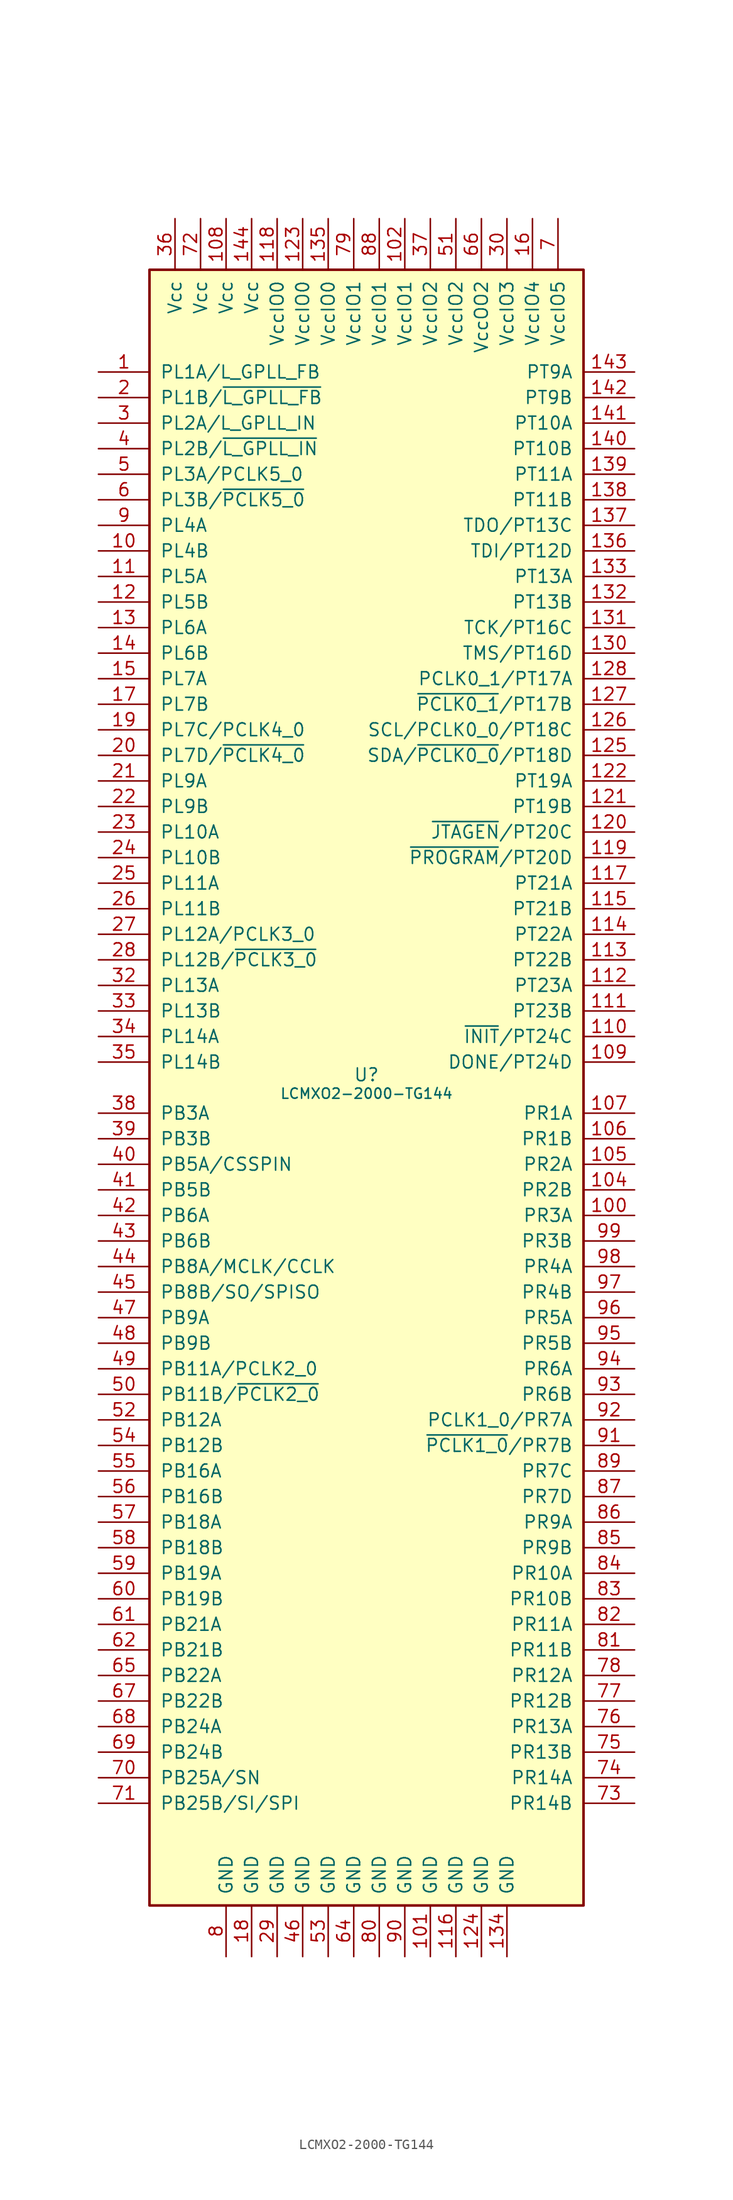
<source format=kicad_sym>
(kicad_symbol_lib
  (version 20220914)
  (generator kicad_symbol_editor)
  (symbol "LCMXO2-2000-TG144"
    (pin_names
      (offset 1.016))
    (property "Reference" "U"
      (at 0 1.27 0)
      (effects (font (size 1.27 1.27))))
    (property "Value" "LCMXO2-2000-TG144"
      (at 0 0 0)
      (effects (font (size 1.016 1.016)) (justify top)))
    (symbol "LCMXO2-2000-TG144_1_1"
      (rectangle (start -21.59 81.28) (end 21.59 -81.28) (stroke (width 0.254) (type default)) (fill (type background)))
      (pin bidirectional line (at -26.67 71.12 0) (length 5.08) (name "PL1A/L_GPLL_FB" (effects (font (size 1.27 1.27)))) (number "1" (effects (font (size 1.27 1.27)))))
      (pin bidirectional line (at -26.67 53.34 0) (length 5.08) (name "PL4B" (effects (font (size 1.27 1.27)))) (number "10" (effects (font (size 1.27 1.27)))))
      (pin bidirectional line (at 26.67 -12.7 180) (length 5.08) (name "PR3A" (effects (font (size 1.27 1.27)))) (number "100" (effects (font (size 1.27 1.27)))))
      (pin power_in line (at 6.35 -86.36 90) (length 5.08) (name "GND" (effects (font (size 1.27 1.27)))) (number "101" (effects (font (size 1.27 1.27)))))
      (pin bidirectional line (at 3.81 86.36 270) (length 5.08) (name "VccIO1" (effects (font (size 1.27 1.27)))) (number "102" (effects (font (size 1.27 1.27)))))
      (pin bidirectional line (at 26.67 -10.16 180) (length 5.08) (name "PR2B" (effects (font (size 1.27 1.27)))) (number "104" (effects (font (size 1.27 1.27)))))
      (pin bidirectional line (at 26.67 -7.62 180) (length 5.08) (name "PR2A" (effects (font (size 1.27 1.27)))) (number "105" (effects (font (size 1.27 1.27)))))
      (pin bidirectional line (at 26.67 -5.08 180) (length 5.08) (name "PR1B" (effects (font (size 1.27 1.27)))) (number "106" (effects (font (size 1.27 1.27)))))
      (pin bidirectional line (at 26.67 -2.54 180) (length 5.08) (name "PR1A" (effects (font (size 1.27 1.27)))) (number "107" (effects (font (size 1.27 1.27)))))
      (pin bidirectional line (at -13.97 86.36 270) (length 5.08) (name "Vcc" (effects (font (size 1.27 1.27)))) (number "108" (effects (font (size 1.27 1.27)))))
      (pin bidirectional line (at 26.67 2.54 180) (length 5.08) (name "DONE/PT24D" (effects (font (size 1.27 1.27)))) (number "109" (effects (font (size 1.27 1.27)))))
      (pin bidirectional line (at -26.67 50.8 0) (length 5.08) (name "PL5A" (effects (font (size 1.27 1.27)))) (number "11" (effects (font (size 1.27 1.27)))))
      (pin bidirectional line (at 26.67 5.08 180) (length 5.08) (name "~{INIT}/PT24C" (effects (font (size 1.27 1.27)))) (number "110" (effects (font (size 1.27 1.27)))))
      (pin bidirectional line (at 26.67 7.62 180) (length 5.08) (name "PT23B" (effects (font (size 1.27 1.27)))) (number "111" (effects (font (size 1.27 1.27)))))
      (pin bidirectional line (at 26.67 10.16 180) (length 5.08) (name "PT23A" (effects (font (size 1.27 1.27)))) (number "112" (effects (font (size 1.27 1.27)))))
      (pin bidirectional line (at 26.67 12.7 180) (length 5.08) (name "PT22B" (effects (font (size 1.27 1.27)))) (number "113" (effects (font (size 1.27 1.27)))))
      (pin bidirectional line (at 26.67 15.24 180) (length 5.08) (name "PT22A" (effects (font (size 1.27 1.27)))) (number "114" (effects (font (size 1.27 1.27)))))
      (pin bidirectional line (at 26.67 17.78 180) (length 5.08) (name "PT21B" (effects (font (size 1.27 1.27)))) (number "115" (effects (font (size 1.27 1.27)))))
      (pin power_in line (at 8.89 -86.36 90) (length 5.08) (name "GND" (effects (font (size 1.27 1.27)))) (number "116" (effects (font (size 1.27 1.27)))))
      (pin bidirectional line (at 26.67 20.32 180) (length 5.08) (name "PT21A" (effects (font (size 1.27 1.27)))) (number "117" (effects (font (size 1.27 1.27)))))
      (pin bidirectional line (at -8.89 86.36 270) (length 5.08) (name "VccIO0" (effects (font (size 1.27 1.27)))) (number "118" (effects (font (size 1.27 1.27)))))
      (pin bidirectional line (at 26.67 22.86 180) (length 5.08) (name "~{PROGRAM}/PT20D" (effects (font (size 1.27 1.27)))) (number "119" (effects (font (size 1.27 1.27)))))
      (pin bidirectional line (at -26.67 48.26 0) (length 5.08) (name "PL5B" (effects (font (size 1.27 1.27)))) (number "12" (effects (font (size 1.27 1.27)))))
      (pin bidirectional line (at 26.67 25.4 180) (length 5.08) (name "~{JTAGEN}/PT20C" (effects (font (size 1.27 1.27)))) (number "120" (effects (font (size 1.27 1.27)))))
      (pin bidirectional line (at 26.67 27.94 180) (length 5.08) (name "PT19B" (effects (font (size 1.27 1.27)))) (number "121" (effects (font (size 1.27 1.27)))))
      (pin bidirectional line (at 26.67 30.48 180) (length 5.08) (name "PT19A" (effects (font (size 1.27 1.27)))) (number "122" (effects (font (size 1.27 1.27)))))
      (pin bidirectional line (at -6.35 86.36 270) (length 5.08) (name "VccIO0" (effects (font (size 1.27 1.27)))) (number "123" (effects (font (size 1.27 1.27)))))
      (pin power_in line (at 11.43 -86.36 90) (length 5.08) (name "GND" (effects (font (size 1.27 1.27)))) (number "124" (effects (font (size 1.27 1.27)))))
      (pin bidirectional line (at 26.67 33.02 180) (length 5.08) (name "SDA/~{PCLK0_0}/PT18D" (effects (font (size 1.27 1.27)))) (number "125" (effects (font (size 1.27 1.27)))))
      (pin bidirectional line (at 26.67 35.56 180) (length 5.08) (name "SCL/PCLK0_0/PT18C" (effects (font (size 1.27 1.27)))) (number "126" (effects (font (size 1.27 1.27)))))
      (pin bidirectional line (at 26.67 38.1 180) (length 5.08) (name "~{PCLK0_1}/PT17B" (effects (font (size 1.27 1.27)))) (number "127" (effects (font (size 1.27 1.27)))))
      (pin bidirectional line (at 26.67 40.64 180) (length 5.08) (name "PCLK0_1/PT17A" (effects (font (size 1.27 1.27)))) (number "128" (effects (font (size 1.27 1.27)))))
      (pin bidirectional line (at -26.67 45.72 0) (length 5.08) (name "PL6A" (effects (font (size 1.27 1.27)))) (number "13" (effects (font (size 1.27 1.27)))))
      (pin bidirectional line (at 26.67 43.18 180) (length 5.08) (name "TMS/PT16D" (effects (font (size 1.27 1.27)))) (number "130" (effects (font (size 1.27 1.27)))))
      (pin bidirectional line (at 26.67 45.72 180) (length 5.08) (name "TCK/PT16C" (effects (font (size 1.27 1.27)))) (number "131" (effects (font (size 1.27 1.27)))))
      (pin bidirectional line (at 26.67 48.26 180) (length 5.08) (name "PT13B" (effects (font (size 1.27 1.27)))) (number "132" (effects (font (size 1.27 1.27)))))
      (pin bidirectional line (at 26.67 50.8 180) (length 5.08) (name "PT13A" (effects (font (size 1.27 1.27)))) (number "133" (effects (font (size 1.27 1.27)))))
      (pin power_in line (at 13.97 -86.36 90) (length 5.08) (name "GND" (effects (font (size 1.27 1.27)))) (number "134" (effects (font (size 1.27 1.27)))))
      (pin bidirectional line (at -3.81 86.36 270) (length 5.08) (name "VccIO0" (effects (font (size 1.27 1.27)))) (number "135" (effects (font (size 1.27 1.27)))))
      (pin bidirectional line (at 26.67 53.34 180) (length 5.08) (name "TDI/PT12D" (effects (font (size 1.27 1.27)))) (number "136" (effects (font (size 1.27 1.27)))))
      (pin bidirectional line (at 26.67 55.88 180) (length 5.08) (name "TDO/PT13C" (effects (font (size 1.27 1.27)))) (number "137" (effects (font (size 1.27 1.27)))))
      (pin bidirectional line (at 26.67 58.42 180) (length 5.08) (name "PT11B" (effects (font (size 1.27 1.27)))) (number "138" (effects (font (size 1.27 1.27)))))
      (pin bidirectional line (at 26.67 60.96 180) (length 5.08) (name "PT11A" (effects (font (size 1.27 1.27)))) (number "139" (effects (font (size 1.27 1.27)))))
      (pin bidirectional line (at -26.67 43.18 0) (length 5.08) (name "PL6B" (effects (font (size 1.27 1.27)))) (number "14" (effects (font (size 1.27 1.27)))))
      (pin bidirectional line (at 26.67 63.5 180) (length 5.08) (name "PT10B" (effects (font (size 1.27 1.27)))) (number "140" (effects (font (size 1.27 1.27)))))
      (pin bidirectional line (at 26.67 66.04 180) (length 5.08) (name "PT10A" (effects (font (size 1.27 1.27)))) (number "141" (effects (font (size 1.27 1.27)))))
      (pin bidirectional line (at 26.67 68.58 180) (length 5.08) (name "PT9B" (effects (font (size 1.27 1.27)))) (number "142" (effects (font (size 1.27 1.27)))))
      (pin bidirectional line (at 26.67 71.12 180) (length 5.08) (name "PT9A" (effects (font (size 1.27 1.27)))) (number "143" (effects (font (size 1.27 1.27)))))
      (pin bidirectional line (at -11.43 86.36 270) (length 5.08) (name "Vcc" (effects (font (size 1.27 1.27)))) (number "144" (effects (font (size 1.27 1.27)))))
      (pin bidirectional line (at -26.67 40.64 0) (length 5.08) (name "PL7A" (effects (font (size 1.27 1.27)))) (number "15" (effects (font (size 1.27 1.27)))))
      (pin bidirectional line (at 16.51 86.36 270) (length 5.08) (name "VccIO4" (effects (font (size 1.27 1.27)))) (number "16" (effects (font (size 1.27 1.27)))))
      (pin bidirectional line (at -26.67 38.1 0) (length 5.08) (name "PL7B" (effects (font (size 1.27 1.27)))) (number "17" (effects (font (size 1.27 1.27)))))
      (pin power_in line (at -11.43 -86.36 90) (length 5.08) (name "GND" (effects (font (size 1.27 1.27)))) (number "18" (effects (font (size 1.27 1.27)))))
      (pin bidirectional line (at -26.67 35.56 0) (length 5.08) (name "PL7C/PCLK4_0" (effects (font (size 1.27 1.27)))) (number "19" (effects (font (size 1.27 1.27)))))
      (pin bidirectional line (at -26.67 68.58 0) (length 5.08) (name "PL1B/~{L_GPLL_FB}" (effects (font (size 1.27 1.27)))) (number "2" (effects (font (size 1.27 1.27)))))
      (pin bidirectional line (at -26.67 33.02 0) (length 5.08) (name "PL7D/~{PCLK4_0}" (effects (font (size 1.27 1.27)))) (number "20" (effects (font (size 1.27 1.27)))))
      (pin bidirectional line (at -26.67 30.48 0) (length 5.08) (name "PL9A" (effects (font (size 1.27 1.27)))) (number "21" (effects (font (size 1.27 1.27)))))
      (pin bidirectional line (at -26.67 27.94 0) (length 5.08) (name "PL9B" (effects (font (size 1.27 1.27)))) (number "22" (effects (font (size 1.27 1.27)))))
      (pin bidirectional line (at -26.67 25.4 0) (length 5.08) (name "PL10A" (effects (font (size 1.27 1.27)))) (number "23" (effects (font (size 1.27 1.27)))))
      (pin bidirectional line (at -26.67 22.86 0) (length 5.08) (name "PL10B" (effects (font (size 1.27 1.27)))) (number "24" (effects (font (size 1.27 1.27)))))
      (pin bidirectional line (at -26.67 20.32 0) (length 5.08) (name "PL11A" (effects (font (size 1.27 1.27)))) (number "25" (effects (font (size 1.27 1.27)))))
      (pin bidirectional line (at -26.67 17.78 0) (length 5.08) (name "PL11B" (effects (font (size 1.27 1.27)))) (number "26" (effects (font (size 1.27 1.27)))))
      (pin bidirectional line (at -26.67 15.24 0) (length 5.08) (name "PL12A/PCLK3_0" (effects (font (size 1.27 1.27)))) (number "27" (effects (font (size 1.27 1.27)))))
      (pin bidirectional line (at -26.67 12.7 0) (length 5.08) (name "PL12B/~{PCLK3_0}" (effects (font (size 1.27 1.27)))) (number "28" (effects (font (size 1.27 1.27)))))
      (pin power_in line (at -8.89 -86.36 90) (length 5.08) (name "GND" (effects (font (size 1.27 1.27)))) (number "29" (effects (font (size 1.27 1.27)))))
      (pin bidirectional line (at -26.67 66.04 0) (length 5.08) (name "PL2A/L_GPLL_IN" (effects (font (size 1.27 1.27)))) (number "3" (effects (font (size 1.27 1.27)))))
      (pin bidirectional line (at 13.97 86.36 270) (length 5.08) (name "VccIO3" (effects (font (size 1.27 1.27)))) (number "30" (effects (font (size 1.27 1.27)))))
      (pin bidirectional line (at -26.67 10.16 0) (length 5.08) (name "PL13A" (effects (font (size 1.27 1.27)))) (number "32" (effects (font (size 1.27 1.27)))))
      (pin bidirectional line (at -26.67 7.62 0) (length 5.08) (name "PL13B" (effects (font (size 1.27 1.27)))) (number "33" (effects (font (size 1.27 1.27)))))
      (pin bidirectional line (at -26.67 5.08 0) (length 5.08) (name "PL14A" (effects (font (size 1.27 1.27)))) (number "34" (effects (font (size 1.27 1.27)))))
      (pin bidirectional line (at -26.67 2.54 0) (length 5.08) (name "PL14B" (effects (font (size 1.27 1.27)))) (number "35" (effects (font (size 1.27 1.27)))))
      (pin bidirectional line (at -19.05 86.36 270) (length 5.08) (name "Vcc" (effects (font (size 1.27 1.27)))) (number "36" (effects (font (size 1.27 1.27)))))
      (pin bidirectional line (at 6.35 86.36 270) (length 5.08) (name "VccIO2" (effects (font (size 1.27 1.27)))) (number "37" (effects (font (size 1.27 1.27)))))
      (pin bidirectional line (at -26.67 -2.54 0) (length 5.08) (name "PB3A" (effects (font (size 1.27 1.27)))) (number "38" (effects (font (size 1.27 1.27)))))
      (pin bidirectional line (at -26.67 -5.08 0) (length 5.08) (name "PB3B" (effects (font (size 1.27 1.27)))) (number "39" (effects (font (size 1.27 1.27)))))
      (pin bidirectional line (at -26.67 63.5 0) (length 5.08) (name "PL2B/~{L_GPLL_IN}" (effects (font (size 1.27 1.27)))) (number "4" (effects (font (size 1.27 1.27)))))
      (pin bidirectional line (at -26.67 -7.62 0) (length 5.08) (name "PB5A/CSSPIN" (effects (font (size 1.27 1.27)))) (number "40" (effects (font (size 1.27 1.27)))))
      (pin bidirectional line (at -26.67 -10.16 0) (length 5.08) (name "PB5B" (effects (font (size 1.27 1.27)))) (number "41" (effects (font (size 1.27 1.27)))))
      (pin bidirectional line (at -26.67 -12.7 0) (length 5.08) (name "PB6A" (effects (font (size 1.27 1.27)))) (number "42" (effects (font (size 1.27 1.27)))))
      (pin bidirectional line (at -26.67 -15.24 0) (length 5.08) (name "PB6B" (effects (font (size 1.27 1.27)))) (number "43" (effects (font (size 1.27 1.27)))))
      (pin bidirectional line (at -26.67 -17.78 0) (length 5.08) (name "PB8A/MCLK/CCLK" (effects (font (size 1.27 1.27)))) (number "44" (effects (font (size 1.27 1.27)))))
      (pin bidirectional line (at -26.67 -20.32 0) (length 5.08) (name "PB8B/SO/SPISO" (effects (font (size 1.27 1.27)))) (number "45" (effects (font (size 1.27 1.27)))))
      (pin power_in line (at -6.35 -86.36 90) (length 5.08) (name "GND" (effects (font (size 1.27 1.27)))) (number "46" (effects (font (size 1.27 1.27)))))
      (pin bidirectional line (at -26.67 -22.86 0) (length 5.08) (name "PB9A" (effects (font (size 1.27 1.27)))) (number "47" (effects (font (size 1.27 1.27)))))
      (pin bidirectional line (at -26.67 -25.4 0) (length 5.08) (name "PB9B" (effects (font (size 1.27 1.27)))) (number "48" (effects (font (size 1.27 1.27)))))
      (pin bidirectional line (at -26.67 -27.94 0) (length 5.08) (name "PB11A/PCLK2_0" (effects (font (size 1.27 1.27)))) (number "49" (effects (font (size 1.27 1.27)))))
      (pin bidirectional line (at -26.67 60.96 0) (length 5.08) (name "PL3A/PCLK5_0" (effects (font (size 1.27 1.27)))) (number "5" (effects (font (size 1.27 1.27)))))
      (pin bidirectional line (at -26.67 -30.48 0) (length 5.08) (name "PB11B/~{PCLK2_0}" (effects (font (size 1.27 1.27)))) (number "50" (effects (font (size 1.27 1.27)))))
      (pin bidirectional line (at 8.89 86.36 270) (length 5.08) (name "VccIO2" (effects (font (size 1.27 1.27)))) (number "51" (effects (font (size 1.27 1.27)))))
      (pin bidirectional line (at -26.67 -33.02 0) (length 5.08) (name "PB12A" (effects (font (size 1.27 1.27)))) (number "52" (effects (font (size 1.27 1.27)))))
      (pin power_in line (at -3.81 -86.36 90) (length 5.08) (name "GND" (effects (font (size 1.27 1.27)))) (number "53" (effects (font (size 1.27 1.27)))))
      (pin bidirectional line (at -26.67 -35.56 0) (length 5.08) (name "PB12B" (effects (font (size 1.27 1.27)))) (number "54" (effects (font (size 1.27 1.27)))))
      (pin bidirectional line (at -26.67 -38.1 0) (length 5.08) (name "PB16A" (effects (font (size 1.27 1.27)))) (number "55" (effects (font (size 1.27 1.27)))))
      (pin bidirectional line (at -26.67 -40.64 0) (length 5.08) (name "PB16B" (effects (font (size 1.27 1.27)))) (number "56" (effects (font (size 1.27 1.27)))))
      (pin bidirectional line (at -26.67 -43.18 0) (length 5.08) (name "PB18A" (effects (font (size 1.27 1.27)))) (number "57" (effects (font (size 1.27 1.27)))))
      (pin bidirectional line (at -26.67 -45.72 0) (length 5.08) (name "PB18B" (effects (font (size 1.27 1.27)))) (number "58" (effects (font (size 1.27 1.27)))))
      (pin bidirectional line (at -26.67 -48.26 0) (length 5.08) (name "PB19A" (effects (font (size 1.27 1.27)))) (number "59" (effects (font (size 1.27 1.27)))))
      (pin bidirectional line (at -26.67 58.42 0) (length 5.08) (name "PL3B/~{PCLK5_0}" (effects (font (size 1.27 1.27)))) (number "6" (effects (font (size 1.27 1.27)))))
      (pin bidirectional line (at -26.67 -50.8 0) (length 5.08) (name "PB19B" (effects (font (size 1.27 1.27)))) (number "60" (effects (font (size 1.27 1.27)))))
      (pin bidirectional line (at -26.67 -53.34 0) (length 5.08) (name "PB21A" (effects (font (size 1.27 1.27)))) (number "61" (effects (font (size 1.27 1.27)))))
      (pin bidirectional line (at -26.67 -55.88 0) (length 5.08) (name "PB21B" (effects (font (size 1.27 1.27)))) (number "62" (effects (font (size 1.27 1.27)))))
      (pin power_in line (at -1.27 -86.36 90) (length 5.08) (name "GND" (effects (font (size 1.27 1.27)))) (number "64" (effects (font (size 1.27 1.27)))))
      (pin bidirectional line (at -26.67 -58.42 0) (length 5.08) (name "PB22A" (effects (font (size 1.27 1.27)))) (number "65" (effects (font (size 1.27 1.27)))))
      (pin bidirectional line (at 11.43 86.36 270) (length 5.08) (name "VccOO2" (effects (font (size 1.27 1.27)))) (number "66" (effects (font (size 1.27 1.27)))))
      (pin bidirectional line (at -26.67 -60.96 0) (length 5.08) (name "PB22B" (effects (font (size 1.27 1.27)))) (number "67" (effects (font (size 1.27 1.27)))))
      (pin bidirectional line (at -26.67 -63.5 0) (length 5.08) (name "PB24A" (effects (font (size 1.27 1.27)))) (number "68" (effects (font (size 1.27 1.27)))))
      (pin bidirectional line (at -26.67 -66.04 0) (length 5.08) (name "PB24B" (effects (font (size 1.27 1.27)))) (number "69" (effects (font (size 1.27 1.27)))))
      (pin bidirectional line (at 19.05 86.36 270) (length 5.08) (name "VccIO5" (effects (font (size 1.27 1.27)))) (number "7" (effects (font (size 1.27 1.27)))))
      (pin bidirectional line (at -26.67 -68.58 0) (length 5.08) (name "PB25A/SN" (effects (font (size 1.27 1.27)))) (number "70" (effects (font (size 1.27 1.27)))))
      (pin bidirectional line (at -26.67 -71.12 0) (length 5.08) (name "PB25B/SI/SPI" (effects (font (size 1.27 1.27)))) (number "71" (effects (font (size 1.27 1.27)))))
      (pin bidirectional line (at -16.51 86.36 270) (length 5.08) (name "Vcc" (effects (font (size 1.27 1.27)))) (number "72" (effects (font (size 1.27 1.27)))))
      (pin bidirectional line (at 26.67 -71.12 180) (length 5.08) (name "PR14B" (effects (font (size 1.27 1.27)))) (number "73" (effects (font (size 1.27 1.27)))))
      (pin bidirectional line (at 26.67 -68.58 180) (length 5.08) (name "PR14A" (effects (font (size 1.27 1.27)))) (number "74" (effects (font (size 1.27 1.27)))))
      (pin bidirectional line (at 26.67 -66.04 180) (length 5.08) (name "PR13B" (effects (font (size 1.27 1.27)))) (number "75" (effects (font (size 1.27 1.27)))))
      (pin bidirectional line (at 26.67 -63.5 180) (length 5.08) (name "PR13A" (effects (font (size 1.27 1.27)))) (number "76" (effects (font (size 1.27 1.27)))))
      (pin bidirectional line (at 26.67 -60.96 180) (length 5.08) (name "PR12B" (effects (font (size 1.27 1.27)))) (number "77" (effects (font (size 1.27 1.27)))))
      (pin bidirectional line (at 26.67 -58.42 180) (length 5.08) (name "PR12A" (effects (font (size 1.27 1.27)))) (number "78" (effects (font (size 1.27 1.27)))))
      (pin bidirectional line (at -1.27 86.36 270) (length 5.08) (name "VccIO1" (effects (font (size 1.27 1.27)))) (number "79" (effects (font (size 1.27 1.27)))))
      (pin power_in line (at -13.97 -86.36 90) (length 5.08) (name "GND" (effects (font (size 1.27 1.27)))) (number "8" (effects (font (size 1.27 1.27)))))
      (pin power_in line (at 1.27 -86.36 90) (length 5.08) (name "GND" (effects (font (size 1.27 1.27)))) (number "80" (effects (font (size 1.27 1.27)))))
      (pin bidirectional line (at 26.67 -55.88 180) (length 5.08) (name "PR11B" (effects (font (size 1.27 1.27)))) (number "81" (effects (font (size 1.27 1.27)))))
      (pin bidirectional line (at 26.67 -53.34 180) (length 5.08) (name "PR11A" (effects (font (size 1.27 1.27)))) (number "82" (effects (font (size 1.27 1.27)))))
      (pin bidirectional line (at 26.67 -50.8 180) (length 5.08) (name "PR10B" (effects (font (size 1.27 1.27)))) (number "83" (effects (font (size 1.27 1.27)))))
      (pin bidirectional line (at 26.67 -48.26 180) (length 5.08) (name "PR10A" (effects (font (size 1.27 1.27)))) (number "84" (effects (font (size 1.27 1.27)))))
      (pin bidirectional line (at 26.67 -45.72 180) (length 5.08) (name "PR9B" (effects (font (size 1.27 1.27)))) (number "85" (effects (font (size 1.27 1.27)))))
      (pin bidirectional line (at 26.67 -43.18 180) (length 5.08) (name "PR9A" (effects (font (size 1.27 1.27)))) (number "86" (effects (font (size 1.27 1.27)))))
      (pin bidirectional line (at 26.67 -40.64 180) (length 5.08) (name "PR7D" (effects (font (size 1.27 1.27)))) (number "87" (effects (font (size 1.27 1.27)))))
      (pin bidirectional line (at 1.27 86.36 270) (length 5.08) (name "VccIO1" (effects (font (size 1.27 1.27)))) (number "88" (effects (font (size 1.27 1.27)))))
      (pin bidirectional line (at 26.67 -38.1 180) (length 5.08) (name "PR7C" (effects (font (size 1.27 1.27)))) (number "89" (effects (font (size 1.27 1.27)))))
      (pin bidirectional line (at -26.67 55.88 0) (length 5.08) (name "PL4A" (effects (font (size 1.27 1.27)))) (number "9" (effects (font (size 1.27 1.27)))))
      (pin power_in line (at 3.81 -86.36 90) (length 5.08) (name "GND" (effects (font (size 1.27 1.27)))) (number "90" (effects (font (size 1.27 1.27)))))
      (pin bidirectional line (at 26.67 -35.56 180) (length 5.08) (name "~{PCLK1_0}/PR7B" (effects (font (size 1.27 1.27)))) (number "91" (effects (font (size 1.27 1.27)))))
      (pin bidirectional line (at 26.67 -33.02 180) (length 5.08) (name "PCLK1_0/PR7A" (effects (font (size 1.27 1.27)))) (number "92" (effects (font (size 1.27 1.27)))))
      (pin bidirectional line (at 26.67 -30.48 180) (length 5.08) (name "PR6B" (effects (font (size 1.27 1.27)))) (number "93" (effects (font (size 1.27 1.27)))))
      (pin bidirectional line (at 26.67 -27.94 180) (length 5.08) (name "PR6A" (effects (font (size 1.27 1.27)))) (number "94" (effects (font (size 1.27 1.27)))))
      (pin bidirectional line (at 26.67 -25.4 180) (length 5.08) (name "PR5B" (effects (font (size 1.27 1.27)))) (number "95" (effects (font (size 1.27 1.27)))))
      (pin bidirectional line (at 26.67 -22.86 180) (length 5.08) (name "PR5A" (effects (font (size 1.27 1.27)))) (number "96" (effects (font (size 1.27 1.27)))))
      (pin bidirectional line (at 26.67 -20.32 180) (length 5.08) (name "PR4B" (effects (font (size 1.27 1.27)))) (number "97" (effects (font (size 1.27 1.27)))))
      (pin bidirectional line (at 26.67 -17.78 180) (length 5.08) (name "PR4A" (effects (font (size 1.27 1.27)))) (number "98" (effects (font (size 1.27 1.27)))))
      (pin bidirectional line (at 26.67 -15.24 180) (length 5.08) (name "PR3B" (effects (font (size 1.27 1.27)))) (number "99" (effects (font (size 1.27 1.27))))))))
</source>
